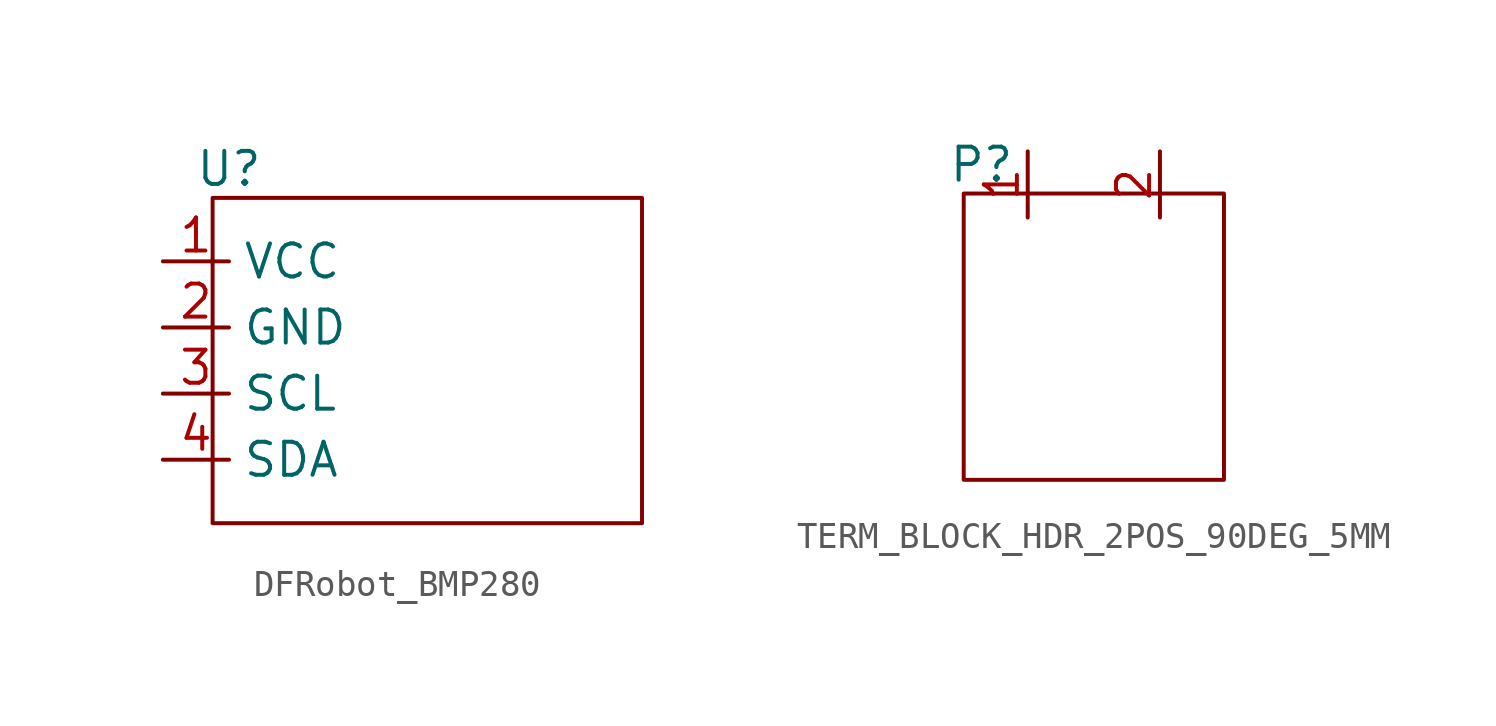
<source format=kicad_sym>
(kicad_symbol_lib
  (version 20231120)
  (generator "kicad_symbol_editor")
  (generator_version "8.0")
  (symbol "DFRobot_BMP280"
    (property "Reference" "U"
      (at -7.62 7.366 0)
      (effects (font (size 1.27 1.27))))
    (property "Value" ""
      (at -6.858 4.064 0)
      (effects (font (size 1.27 1.27))))
    (symbol "DFRobot_BMP280_0_1"
      (rectangle (start 8.25 6.25) (end -8.25 -6.25) (stroke (width 0) (type default)) (fill (type none))))
    (symbol "DFRobot_BMP280_1_1"
      (pin input line (at -10.16 3.81 0) (length 2.54) (name "VCC" (effects (font (size 1.27 1.27)))) (number "1" (effects (font (size 1.27 1.27)))))
      (pin input line (at -10.16 1.27 0) (length 2.54) (name "GND" (effects (font (size 1.27 1.27)))) (number "2" (effects (font (size 1.27 1.27)))))
      (pin input line (at -10.16 -1.27 0) (length 2.54) (name "SCL" (effects (font (size 1.27 1.27)))) (number "3" (effects (font (size 1.27 1.27)))))
      (pin input line (at -10.16 -3.81 0) (length 2.54) (name "SDA" (effects (font (size 1.27 1.27)))) (number "4" (effects (font (size 1.27 1.27)))))))
  (symbol "TERM_BLOCK_HDR_2POS_90DEG_5MM"
    (property "Reference" "P"
      (at -4.318 7.112 0)
      (effects (font (size 1.27 1.27))))
    (property "Value" ""
      (at 0 0 0)
      (effects (font (size 1.27 1.27))))
    (symbol "TERM_BLOCK_HDR_2POS_90DEG_5MM_0_1"
      (rectangle (start -5 6) (end 5 -5) (stroke (width 0) (type default)) (fill (type none))))
    (symbol "TERM_BLOCK_HDR_2POS_90DEG_5MM_1_1"
      (pin input line (at -2.54 7.62 270) (length 2.54) (name "" (effects (font (size 1.27 1.27)))) (number "1" (effects (font (size 1.27 1.27)))))
      (pin input line (at 2.54 7.62 270) (length 2.54) (name "" (effects (font (size 1.27 1.27)))) (number "2" (effects (font (size 1.27 1.27))))))))
</source>
